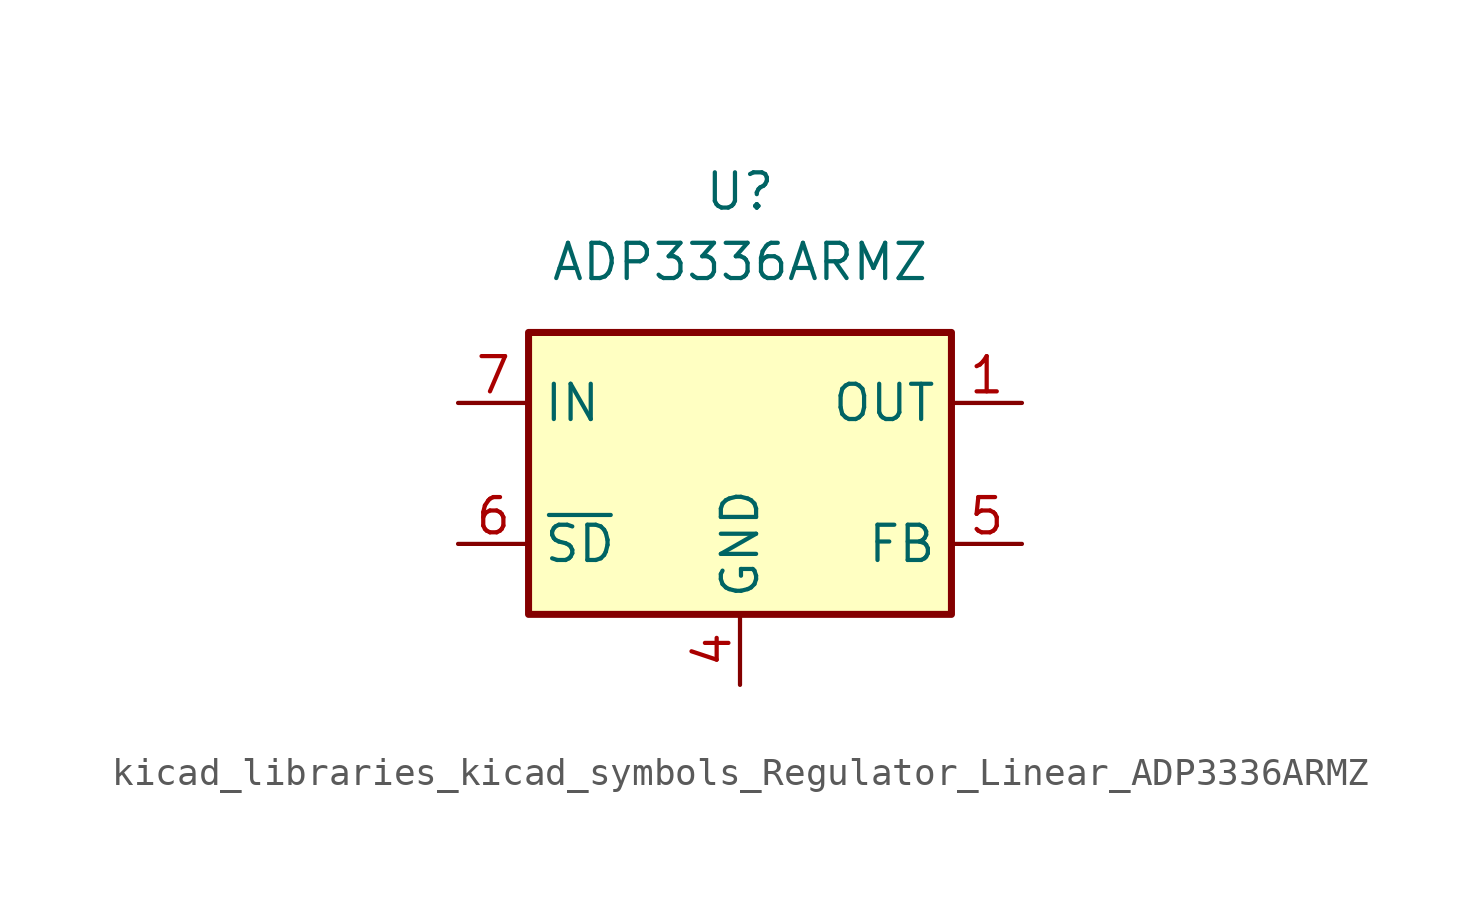
<source format=kicad_sym>
(kicad_symbol_lib
  (version 20220914)
  (generator kicad_symbol_editor)
  (symbol "kicad_libraries_kicad_symbols_Regulator_Linear_ADP3336ARMZ"
    (property "Reference" "U"
      (at 0 10.16 0)
      (effects (font (size 1.27 1.27))))
    (property "Value" "ADP3336ARMZ"
      (at 0 7.62 0)
      (effects (font (size 1.27 1.27))))
    (symbol "kicad_libraries_kicad_symbols_Regulator_Linear_ADP3336ARMZ_1_1"
      (rectangle (start -7.62 5.08) (end 7.62 -5.08) (stroke (width 0.254) (type default)) (fill (type background)))
      (pin power_out line (at 10.16 2.54 180) (length 2.54) (name "OUT" (effects (font (size 1.27 1.27)))) (number "1" (effects (font (size 1.27 1.27)))))
      (pin passive line (at 10.16 2.54 180) (length 2.54) hide (name "OUT" (effects (font (size 1.27 1.27)))) (number "2" (effects (font (size 1.27 1.27)))))
      (pin passive line (at 10.16 2.54 180) (length 2.54) hide (name "OUT" (effects (font (size 1.27 1.27)))) (number "3" (effects (font (size 1.27 1.27)))))
      (pin power_in line (at 0 -7.62 90) (length 2.54) (name "GND" (effects (font (size 1.27 1.27)))) (number "4" (effects (font (size 1.27 1.27)))))
      (pin passive line (at 10.16 -2.54 180) (length 2.54) (name "FB" (effects (font (size 1.27 1.27)))) (number "5" (effects (font (size 1.27 1.27)))))
      (pin input line (at -10.16 -2.54 0) (length 2.54) (name "~{SD}" (effects (font (size 1.27 1.27)))) (number "6" (effects (font (size 1.27 1.27)))))
      (pin power_in line (at -10.16 2.54 0) (length 2.54) (name "IN" (effects (font (size 1.27 1.27)))) (number "7" (effects (font (size 1.27 1.27)))))
      (pin passive line (at -10.16 2.54 0) (length 2.54) hide (name "IN" (effects (font (size 1.27 1.27)))) (number "8" (effects (font (size 1.27 1.27))))))))
</source>
